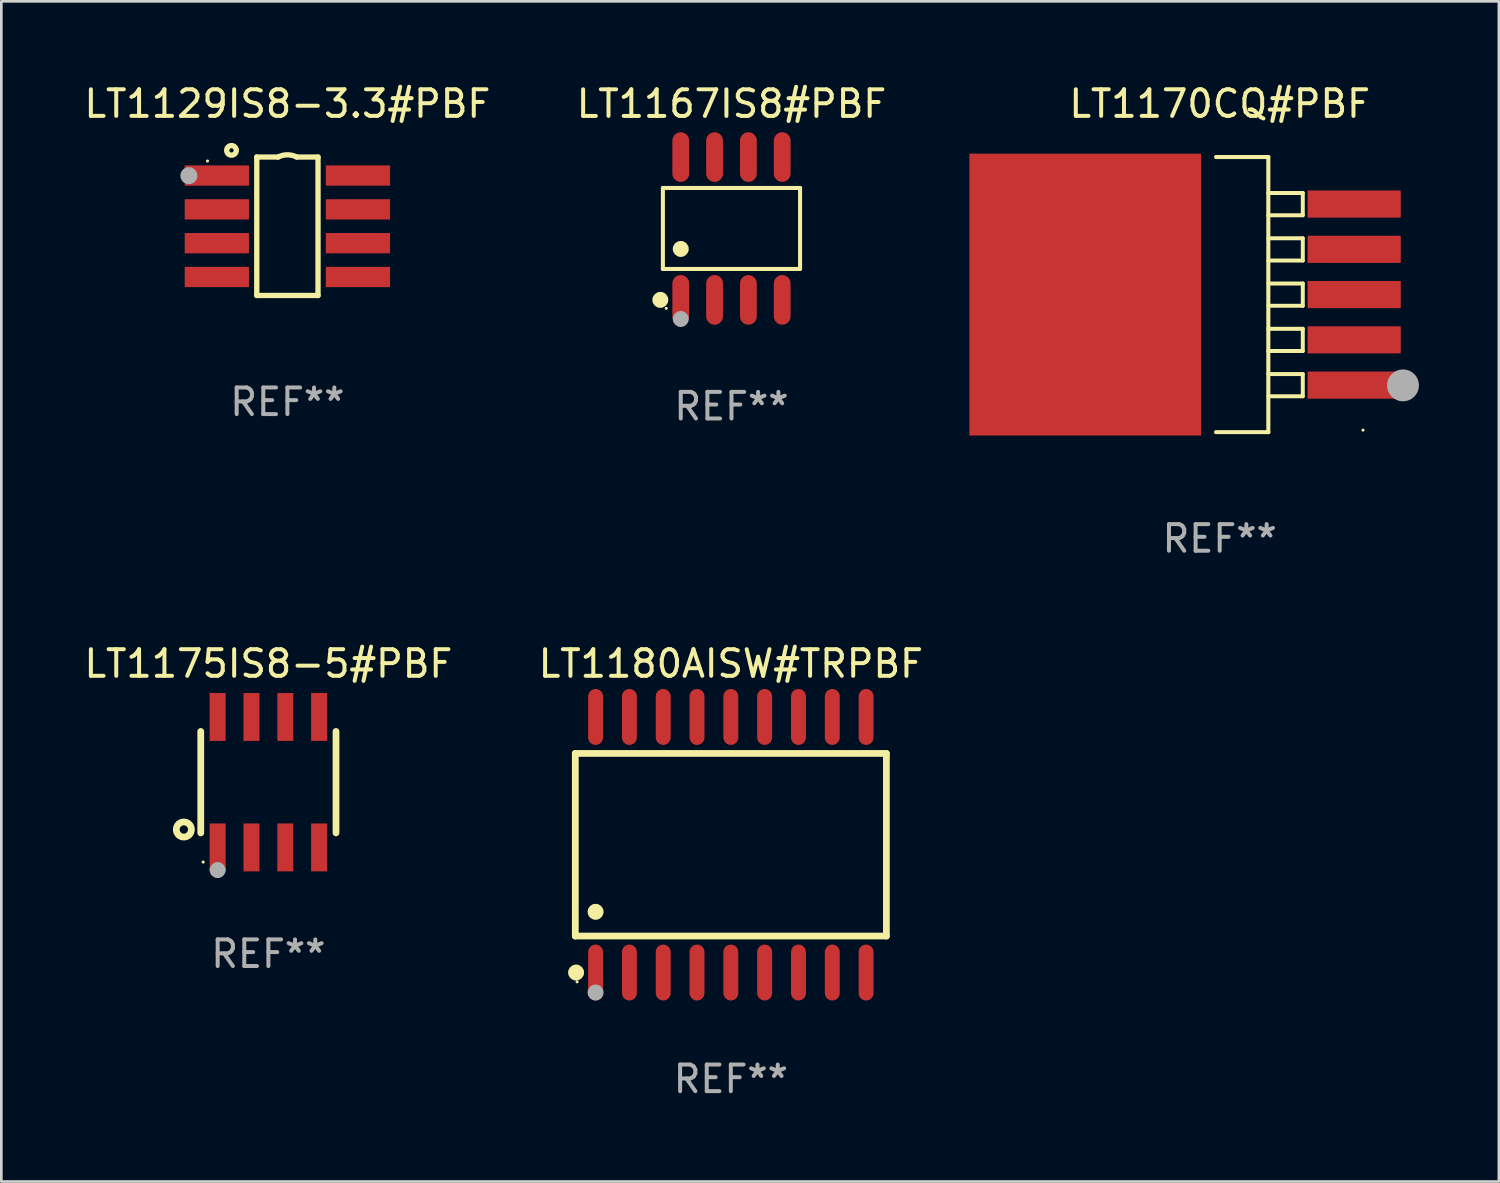
<source format=kicad_pcb>
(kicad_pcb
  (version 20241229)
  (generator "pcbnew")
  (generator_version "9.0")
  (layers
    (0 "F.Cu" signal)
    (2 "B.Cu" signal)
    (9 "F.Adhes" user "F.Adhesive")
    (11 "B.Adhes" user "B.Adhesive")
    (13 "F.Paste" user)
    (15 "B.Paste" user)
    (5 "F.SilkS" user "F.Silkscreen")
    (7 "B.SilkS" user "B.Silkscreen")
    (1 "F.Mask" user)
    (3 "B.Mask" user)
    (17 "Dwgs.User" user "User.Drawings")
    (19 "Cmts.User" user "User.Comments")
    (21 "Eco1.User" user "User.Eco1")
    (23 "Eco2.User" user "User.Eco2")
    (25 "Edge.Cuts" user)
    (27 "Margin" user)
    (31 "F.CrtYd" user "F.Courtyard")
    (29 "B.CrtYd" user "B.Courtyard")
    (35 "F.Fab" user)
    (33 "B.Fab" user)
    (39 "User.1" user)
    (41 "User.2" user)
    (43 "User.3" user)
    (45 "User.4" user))
  (footprint "LT1167IS8#PBF"
    (layer "F.Cu")
    (at 24.423 5.531)
    (property "Reference" "LT1167IS8#PBF" (at 0 -4.682 0) (layer "F.SilkS") (effects (font (size 1 1) (thickness 0.15))))
    (attr through_hole)
    (fp_line (start -2.576 -1.521) (end 2.576 -1.521) (stroke (width 0.152) (type solid)) (layer "F.SilkS"))
    (fp_line (start -2.576 1.521) (end -2.576 -1.521) (stroke (width 0.152) (type solid)) (layer "F.SilkS"))
    (fp_line (start 2.576 -1.521) (end 2.576 1.521) (stroke (width 0.152) (type solid)) (layer "F.SilkS"))
    (fp_line (start 2.576 1.521) (end -2.576 1.521) (stroke (width 0.152) (type solid)) (layer "F.SilkS"))
    (fp_circle (center -2.672 2.682) (end -2.522 2.682) (stroke (width 0.3) (type solid)) (fill no) (layer "F.SilkS"))
    (fp_circle (center -2.45 3) (end -2.42 3) (stroke (width 0.06) (type solid)) (fill no) (layer "F.SilkS"))
    (fp_circle (center -1.905 0.769) (end -1.755 0.769) (stroke (width 0.3) (type solid)) (fill no) (layer "F.SilkS"))
    (fp_circle (center -1.905 3.4) (end -1.755 3.4) (stroke (width 0.3) (type solid)) (fill no) (layer "F.Fab"))
    (fp_text user "REF**" (at 0 6.682 0) (layer "F.Fab") (effects (font (size 1 1) (thickness 0.15))))
    (pad "1" smd oval (at -1.905 2.682) (size 0.63 1.865) (layers "F.Cu" "F.Mask" "F.Paste"))
    (pad "2" smd oval (at -0.635 2.682) (size 0.63 1.865) (layers "F.Cu" "F.Mask" "F.Paste"))
    (pad "3" smd oval (at 0.635 2.682) (size 0.63 1.865) (layers "F.Cu" "F.Mask" "F.Paste"))
    (pad "4" smd oval (at 1.905 2.682) (size 0.63 1.865) (layers "F.Cu" "F.Mask" "F.Paste"))
    (pad "5" smd oval (at 1.905 -2.682) (size 0.63 1.865) (layers "F.Cu" "F.Mask" "F.Paste"))
    (pad "6" smd oval (at 0.635 -2.682) (size 0.63 1.865) (layers "F.Cu" "F.Mask" "F.Paste"))
    (pad "7" smd oval (at -0.635 -2.682) (size 0.63 1.865) (layers "F.Cu" "F.Mask" "F.Paste"))
    (pad "8" smd oval (at -1.905 -2.682) (size 0.63 1.865) (layers "F.Cu" "F.Mask" "F.Paste")))
  (footprint "LT1129IS8-3.3#PBF"
    (layer "F.Cu")
    (at 7.744 5.448)
    (property "Reference" "LT1129IS8-3.3#PBF" (at 0 -4.6 0) (layer "F.SilkS") (effects (font (size 1 1) (thickness 0.15))))
    (attr through_hole)
    (fp_line (start -1.15 -2.6) (end -1.15 2.6) (stroke (width 0.2) (type solid)) (layer "F.SilkS"))
    (fp_line (start -1.15 -2.6) (end -0.35 -2.6) (stroke (width 0.2) (type solid)) (layer "F.SilkS"))
    (fp_line (start -1.15 2.6) (end 1.15 2.6) (stroke (width 0.2) (type solid)) (layer "F.SilkS"))
    (fp_line (start 1.15 -2.6) (end 0.35 -2.6) (stroke (width 0.2) (type solid)) (layer "F.SilkS"))
    (fp_line (start 1.15 2.6) (end 1.15 -2.6) (stroke (width 0.2) (type solid)) (layer "F.SilkS"))
    (fp_arc (start -0.350013 -2.6) (mid 0.000139 -2.683322) (end 0.35052 -2.600965) (stroke (width 0.2) (type solid)) (layer "F.SilkS"))
    (fp_circle (center -3 -2.45) (end -2.97 -2.45) (stroke (width 0.06) (type solid)) (fill no) (layer "F.SilkS"))
    (fp_circle (center -2.1 -2.85) (end -1.92 -2.85) (stroke (width 0.2) (type solid)) (fill no) (layer "F.SilkS"))
    (fp_circle (center -3.7 -1.9) (end -3.54 -1.9) (stroke (width 0.32) (type solid)) (fill no) (layer "F.Fab"))
    (fp_text user "REF**" (at 0 6.6 0) (layer "F.Fab") (effects (font (size 1 1) (thickness 0.15))))
    (pad "1" smd rect (at -2.65 -1.905) (size 2.413 0.762) (layers "F.Cu" "F.Mask" "F.Paste"))
    (pad "2" smd rect (at -2.65 -0.635) (size 2.413 0.762) (layers "F.Cu" "F.Mask" "F.Paste"))
    (pad "3" smd rect (at -2.65 0.635) (size 2.413 0.762) (layers "F.Cu" "F.Mask" "F.Paste"))
    (pad "4" smd rect (at -2.65 1.905) (size 2.413 0.762) (layers "F.Cu" "F.Mask" "F.Paste"))
    (pad "5" smd rect (at 2.65 1.905) (size 2.413 0.762) (layers "F.Cu" "F.Mask" "F.Paste"))
    (pad "6" smd rect (at 2.65 0.635) (size 2.413 0.762) (layers "F.Cu" "F.Mask" "F.Paste"))
    (pad "7" smd rect (at 2.65 -0.635) (size 2.413 0.762) (layers "F.Cu" "F.Mask" "F.Paste"))
    (pad "8" smd rect (at 2.65 -1.905) (size 2.413 0.762) (layers "F.Cu" "F.Mask" "F.Paste")))
  (footprint "LT1170CQ#PBF"
    (layer "F.Cu")
    (at 42.76 8.014)
    (property "Reference" "LT1170CQ#PBF" (at 0 -7.166 0) (layer "F.SilkS") (effects (font (size 1 1) (thickness 0.15))))
    (attr through_hole)
    (fp_line (start -0.138 -5.166) (end 1.826 -5.166) (stroke (width 0.152) (type solid)) (layer "F.SilkS"))
    (fp_line (start -0.138 5.166) (end 1.826 5.166) (stroke (width 0.152) (type solid)) (layer "F.SilkS"))
    (fp_line (start 1.826 -3.815) (end 3.12 -3.815) (stroke (width 0.15) (type solid)) (layer "F.SilkS"))
    (fp_line (start 1.826 -0.415) (end 3.12 -0.415) (stroke (width 0.15) (type solid)) (layer "F.SilkS"))
    (fp_line (start 1.826 1.285) (end 3.12 1.285) (stroke (width 0.15) (type solid)) (layer "F.SilkS"))
    (fp_line (start 1.826 2.985) (end 3.12 2.985) (stroke (width 0.15) (type solid)) (layer "F.SilkS"))
    (fp_line (start 1.826 5.166) (end 1.826 -5.166) (stroke (width 0.152) (type solid)) (layer "F.SilkS"))
    (fp_line (start 1.826 -2.115) (end 3.12 -2.115) (stroke (width 0.15) (type solid)) (layer "F.SilkS"))
    (fp_line (start 3.12 -3.815) (end 3.12 -2.98) (stroke (width 0.15) (type solid)) (layer "F.SilkS"))
    (fp_line (start 3.12 -2.98) (end 1.826 -2.98) (stroke (width 0.15) (type solid)) (layer "F.SilkS"))
    (fp_line (start 3.12 -0.415) (end 3.12 0.42) (stroke (width 0.15) (type solid)) (layer "F.SilkS"))
    (fp_line (start 3.12 0.42) (end 1.826 0.42) (stroke (width 0.15) (type solid)) (layer "F.SilkS"))
    (fp_line (start 3.12 1.285) (end 3.12 2.12) (stroke (width 0.15) (type solid)) (layer "F.SilkS"))
    (fp_line (start 3.12 2.12) (end 1.826 2.12) (stroke (width 0.15) (type solid)) (layer "F.SilkS"))
    (fp_line (start 3.12 2.985) (end 3.12 3.82) (stroke (width 0.15) (type solid)) (layer "F.SilkS"))
    (fp_line (start 3.12 3.82) (end 1.826 3.82) (stroke (width 0.15) (type solid)) (layer "F.SilkS"))
    (fp_line (start 3.12 -2.115) (end 3.12 -1.28) (stroke (width 0.15) (type solid)) (layer "F.SilkS"))
    (fp_line (start 3.12 -1.28) (end 1.826 -1.28) (stroke (width 0.15) (type solid)) (layer "F.SilkS"))
    (fp_circle (center 5.382 5.09) (end 5.412 5.09) (stroke (width 0.06) (type solid)) (fill no) (layer "F.SilkS"))
    (fp_circle (center 6.884 3.41) (end 7.184 3.41) (stroke (width 0.6) (type solid)) (fill no) (layer "F.Fab"))
    (fp_text user "REF**" (at 0 9.166 0) (layer "F.Fab") (effects (font (size 1 1) (thickness 0.15))))
    (pad "1" smd rect (at 5.05 3.4) (size 3.5 1.02) (layers "F.Cu" "F.Mask" "F.Paste"))
    (pad "2" smd rect (at 5.05 1.7) (size 3.5 1.02) (layers "F.Cu" "F.Mask" "F.Paste"))
    (pad "3" smd rect (at 5.05 0) (size 3.5 1.02) (layers "F.Cu" "F.Mask" "F.Paste"))
    (pad "4" smd rect (at 5.05 -1.7) (size 3.5 1.02) (layers "F.Cu" "F.Mask" "F.Paste"))
    (pad "5" smd rect (at 5.05 -3.4) (size 3.5 1.02) (layers "F.Cu" "F.Mask" "F.Paste"))
    (pad "6" smd rect (at -5.05 0 180) (size 8.705 10.587) (layers "F.Cu" "F.Mask" "F.Paste")))
  (footprint "LT1175IS8-5#PBF"
    (layer "F.Cu")
    (at 7.03 26.327)
    (property "Reference" "LT1175IS8-5#PBF" (at 0 -4.45 0) (layer "F.SilkS") (effects (font (size 1 1) (thickness 0.15))))
    (attr through_hole)
    (fp_line (start -2.54 -1.905) (end -2.54 1.905) (stroke (width 0.254) (type solid)) (layer "F.SilkS"))
    (fp_line (start 2.54 -1.905) (end 2.54 1.905) (stroke (width 0.254) (type solid)) (layer "F.SilkS"))
    (fp_circle (center -3.175 1.778) (end -2.891 1.778) (stroke (width 0.254) (type solid)) (fill no) (layer "F.SilkS"))
    (fp_circle (center -2.45 3) (end -2.42 3) (stroke (width 0.06) (type solid)) (fill no) (layer "F.SilkS"))
    (fp_circle (center -1.905 3.302) (end -1.755 3.302) (stroke (width 0.3) (type solid)) (fill no) (layer "F.Fab"))
    (fp_text user "REF**" (at 0 6.45 0) (layer "F.Fab") (effects (font (size 1 1) (thickness 0.15))))
    (pad "1" smd rect (at -1.905 2.45) (size 0.6 1.8) (layers "F.Cu" "F.Mask" "F.Paste"))
    (pad "2" smd rect (at -0.635 2.45) (size 0.6 1.8) (layers "F.Cu" "F.Mask" "F.Paste"))
    (pad "3" smd rect (at 0.635 2.45) (size 0.6 1.8) (layers "F.Cu" "F.Mask" "F.Paste"))
    (pad "4" smd rect (at 1.905 2.45) (size 0.6 1.8) (layers "F.Cu" "F.Mask" "F.Paste"))
    (pad "5" smd rect (at 1.905 -2.45 180) (size 0.6 1.8) (layers "F.Cu" "F.Mask" "F.Paste"))
    (pad "6" smd rect (at 0.635 -2.45 180) (size 0.6 1.8) (layers "F.Cu" "F.Mask" "F.Paste"))
    (pad "7" smd rect (at -0.635 -2.45 180) (size 0.6 1.8) (layers "F.Cu" "F.Mask" "F.Paste"))
    (pad "8" smd rect (at -1.905 -2.45 180) (size 0.6 1.8) (layers "F.Cu" "F.Mask" "F.Paste")))
  (footprint "LT1180AISW#TRPBF"
    (layer "F.Cu")
    (at 24.399 28.677)
    (property "Reference" "LT1180AISW#TRPBF" (at 0 -6.8 0) (layer "F.SilkS") (effects (font (size 1 1) (thickness 0.15))))
    (attr through_hole)
    (fp_line (start -5.842 -3.429) (end -5.842 3.429) (stroke (width 0.254) (type solid)) (layer "F.SilkS"))
    (fp_line (start -5.842 3.429) (end 5.842 3.429) (stroke (width 0.254) (type solid)) (layer "F.SilkS"))
    (fp_line (start 5.842 -3.429) (end -5.842 -3.429) (stroke (width 0.254) (type solid)) (layer "F.SilkS"))
    (fp_line (start 5.842 3.429) (end 5.842 -3.429) (stroke (width 0.254) (type solid)) (layer "F.SilkS"))
    (fp_circle (center -5.812 4.8) (end -5.662 4.8) (stroke (width 0.3) (type solid)) (fill no) (layer "F.SilkS"))
    (fp_circle (center -5.775 5.15) (end -5.745 5.15) (stroke (width 0.06) (type solid)) (fill no) (layer "F.SilkS"))
    (fp_circle (center -5.08 2.519) (end -4.93 2.519) (stroke (width 0.3) (type solid)) (fill no) (layer "F.SilkS"))
    (fp_circle (center -5.08 5.55) (end -4.93 5.55) (stroke (width 0.3) (type solid)) (fill no) (layer "F.Fab"))
    (fp_text user "REF**" (at 0 8.8 0) (layer "F.Fab") (effects (font (size 1 1) (thickness 0.15))))
    (pad "1" smd oval (at -5.08 4.8) (size 0.56 2.1) (layers "F.Cu" "F.Mask" "F.Paste"))
    (pad "2" smd oval (at -3.81 4.8) (size 0.56 2.1) (layers "F.Cu" "F.Mask" "F.Paste"))
    (pad "3" smd oval (at -2.54 4.8) (size 0.56 2.1) (layers "F.Cu" "F.Mask" "F.Paste"))
    (pad "4" smd oval (at -1.27 4.8) (size 0.56 2.1) (layers "F.Cu" "F.Mask" "F.Paste"))
    (pad "5" smd oval (at 0 4.8) (size 0.56 2.1) (layers "F.Cu" "F.Mask" "F.Paste"))
    (pad "6" smd oval (at 1.27 4.8) (size 0.56 2.1) (layers "F.Cu" "F.Mask" "F.Paste"))
    (pad "7" smd oval (at 2.54 4.8) (size 0.56 2.1) (layers "F.Cu" "F.Mask" "F.Paste"))
    (pad "8" smd oval (at 3.81 4.8) (size 0.56 2.1) (layers "F.Cu" "F.Mask" "F.Paste"))
    (pad "9" smd oval (at 5.08 4.8) (size 0.56 2.1) (layers "F.Cu" "F.Mask" "F.Paste"))
    (pad "10" smd oval (at 5.08 -4.8) (size 0.56 2.1) (layers "F.Cu" "F.Mask" "F.Paste"))
    (pad "11" smd oval (at 3.81 -4.8) (size 0.56 2.1) (layers "F.Cu" "F.Mask" "F.Paste"))
    (pad "12" smd oval (at 2.54 -4.8) (size 0.56 2.1) (layers "F.Cu" "F.Mask" "F.Paste"))
    (pad "13" smd oval (at 1.27 -4.8) (size 0.56 2.1) (layers "F.Cu" "F.Mask" "F.Paste"))
    (pad "14" smd oval (at 0 -4.8) (size 0.56 2.1) (layers "F.Cu" "F.Mask" "F.Paste"))
    (pad "15" smd oval (at -1.27 -4.8) (size 0.56 2.1) (layers "F.Cu" "F.Mask" "F.Paste"))
    (pad "16" smd oval (at -2.54 -4.8) (size 0.56 2.1) (layers "F.Cu" "F.Mask" "F.Paste"))
    (pad "17" smd oval (at -3.81 -4.8) (size 0.56 2.1) (layers "F.Cu" "F.Mask" "F.Paste"))
    (pad "18" smd oval (at -5.08 -4.8) (size 0.56 2.1) (layers "F.Cu" "F.Mask" "F.Paste")))
  (gr_rect
    (start -3 -3)
    (end 53.244 41.326)
    (stroke (width 0.1) (type default))
    (fill no)
    (layer "Edge.Cuts")))
</source>
